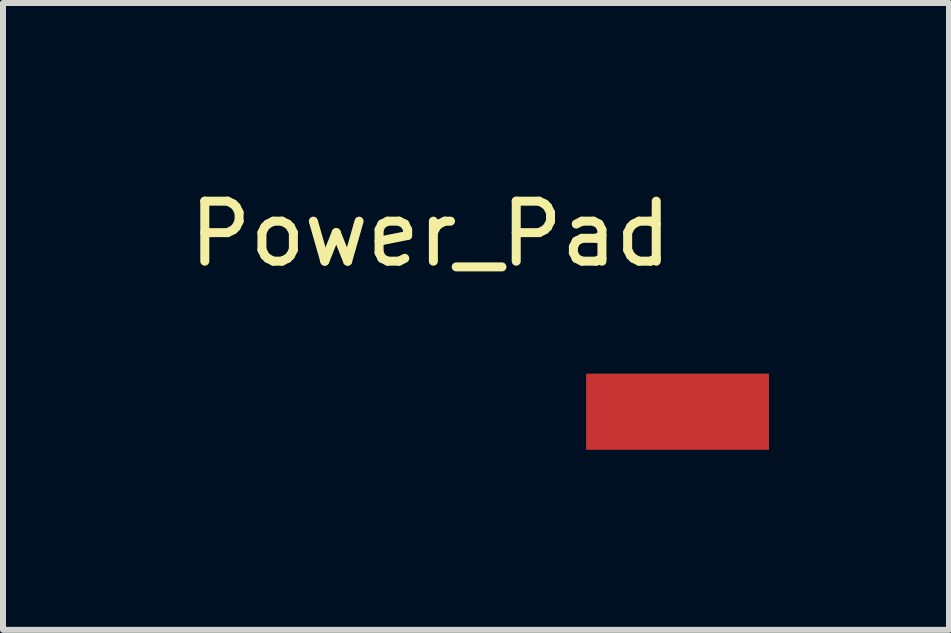
<source format=kicad_pcb>
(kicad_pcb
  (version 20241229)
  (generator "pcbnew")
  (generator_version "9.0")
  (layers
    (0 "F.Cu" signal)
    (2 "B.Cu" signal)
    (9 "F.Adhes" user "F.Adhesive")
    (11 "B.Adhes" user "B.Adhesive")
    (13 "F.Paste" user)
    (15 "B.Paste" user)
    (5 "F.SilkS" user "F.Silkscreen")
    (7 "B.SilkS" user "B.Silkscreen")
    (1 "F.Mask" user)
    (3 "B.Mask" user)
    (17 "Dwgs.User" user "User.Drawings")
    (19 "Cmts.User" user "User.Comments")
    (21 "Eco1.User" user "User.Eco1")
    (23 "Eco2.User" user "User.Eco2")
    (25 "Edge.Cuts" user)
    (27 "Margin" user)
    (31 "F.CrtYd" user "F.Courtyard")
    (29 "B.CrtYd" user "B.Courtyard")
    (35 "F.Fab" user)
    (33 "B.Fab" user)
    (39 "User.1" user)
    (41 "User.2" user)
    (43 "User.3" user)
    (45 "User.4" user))
  (footprint "Power_Pad"
    (layer "F.Cu")
    (at 6.718 3.177)
    (property "Reference" "Power_Pad" (at -2.593 -2.329 0) (layer "F.SilkS") (effects (font (size 1 1) (thickness 0.15))))
    (attr through_hole)
    (pad "1" smd rect (at 1.524 0.635) (size 3.048 1.27) (layers "F.Cu" "F.Mask" "F.Paste")))
  (gr_rect
    (start -3 -3)
    (end 12.766 7.447)
    (stroke (width 0.1) (type default))
    (fill no)
    (layer "Edge.Cuts")))
</source>
